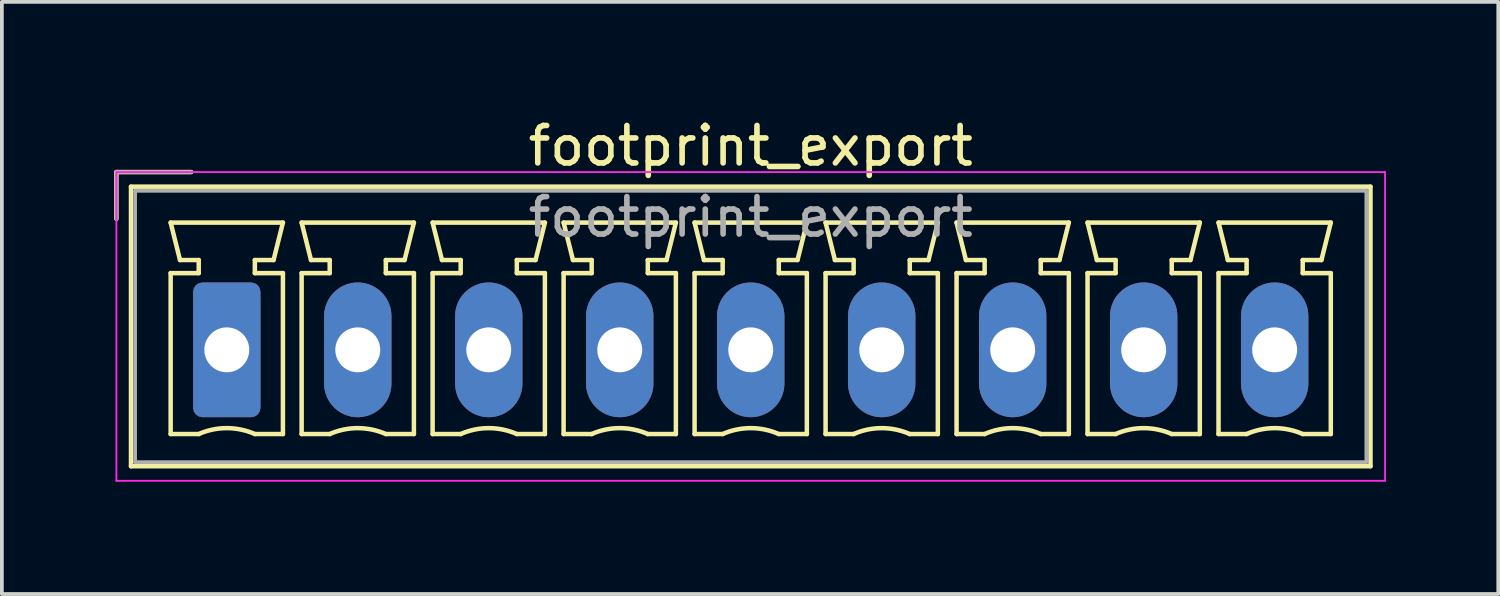
<source format=kicad_pcb>
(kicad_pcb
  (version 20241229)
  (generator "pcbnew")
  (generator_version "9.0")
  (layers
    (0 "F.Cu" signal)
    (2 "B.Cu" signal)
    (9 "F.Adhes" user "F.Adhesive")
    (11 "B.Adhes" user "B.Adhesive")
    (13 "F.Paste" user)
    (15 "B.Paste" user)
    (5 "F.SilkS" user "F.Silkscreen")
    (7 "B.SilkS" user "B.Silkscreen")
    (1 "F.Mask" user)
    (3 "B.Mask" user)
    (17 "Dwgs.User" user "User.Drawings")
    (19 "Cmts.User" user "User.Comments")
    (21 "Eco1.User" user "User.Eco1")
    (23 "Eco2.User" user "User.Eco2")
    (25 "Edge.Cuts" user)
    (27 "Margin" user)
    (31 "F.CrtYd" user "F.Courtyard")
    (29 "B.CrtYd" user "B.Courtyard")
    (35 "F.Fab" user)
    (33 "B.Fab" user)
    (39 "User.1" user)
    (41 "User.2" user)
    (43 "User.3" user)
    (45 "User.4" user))
  (footprint "footprint_export"
    (layer "F.Cu")
    (at 3.01 6.298)
    (property "Reference" "footprint_export" (at 14 -5.45 0) (layer "F.SilkS") (effects (font (size 1 1) (thickness 0.15))))
    (attr through_hole)
    (fp_line (start -2.95 -4.75) (end -0.95 -4.75) (stroke (width 0.12) (type solid)) (layer "F.SilkS"))
    (fp_line (start -2.95 -3.5) (end -2.95 -4.75) (stroke (width 0.12) (type solid)) (layer "F.SilkS"))
    (fp_line (start -2.56 -4.36) (end -2.56 3.11) (stroke (width 0.12) (type solid)) (layer "F.SilkS"))
    (fp_line (start -2.56 3.11) (end 30.56 3.11) (stroke (width 0.12) (type solid)) (layer "F.SilkS"))
    (fp_line (start -1.5 -3.4) (end 1.5 -3.4) (stroke (width 0.12) (type solid)) (layer "F.SilkS"))
    (fp_line (start -1.5 -2.05) (end -0.75 -2.05) (stroke (width 0.12) (type solid)) (layer "F.SilkS"))
    (fp_line (start -1.5 2.25) (end -1.5 -2.05) (stroke (width 0.12) (type solid)) (layer "F.SilkS"))
    (fp_line (start -1.25 -2.4) (end -1.5 -3.4) (stroke (width 0.12) (type solid)) (layer "F.SilkS"))
    (fp_line (start -0.75 -2.4) (end -1.25 -2.4) (stroke (width 0.12) (type solid)) (layer "F.SilkS"))
    (fp_line (start -0.75 -2.05) (end -0.75 -2.4) (stroke (width 0.12) (type solid)) (layer "F.SilkS"))
    (fp_line (start -0.75 2.25) (end -1.5 2.25) (stroke (width 0.12) (type solid)) (layer "F.SilkS"))
    (fp_line (start 0.75 -2.4) (end 0.75 -2.05) (stroke (width 0.12) (type solid)) (layer "F.SilkS"))
    (fp_line (start 0.75 -2.05) (end 1.5 -2.05) (stroke (width 0.12) (type solid)) (layer "F.SilkS"))
    (fp_line (start 1.25 -2.4) (end 0.75 -2.4) (stroke (width 0.12) (type solid)) (layer "F.SilkS"))
    (fp_line (start 1.5 -3.4) (end 1.25 -2.4) (stroke (width 0.12) (type solid)) (layer "F.SilkS"))
    (fp_line (start 1.5 -2.05) (end 1.5 2.25) (stroke (width 0.12) (type solid)) (layer "F.SilkS"))
    (fp_line (start 1.5 2.25) (end 0.75 2.25) (stroke (width 0.12) (type solid)) (layer "F.SilkS"))
    (fp_line (start 2 -3.4) (end 5 -3.4) (stroke (width 0.12) (type solid)) (layer "F.SilkS"))
    (fp_line (start 2 -2.05) (end 2.75 -2.05) (stroke (width 0.12) (type solid)) (layer "F.SilkS"))
    (fp_line (start 2 2.25) (end 2 -2.05) (stroke (width 0.12) (type solid)) (layer "F.SilkS"))
    (fp_line (start 2.25 -2.4) (end 2 -3.4) (stroke (width 0.12) (type solid)) (layer "F.SilkS"))
    (fp_line (start 2.75 -2.4) (end 2.25 -2.4) (stroke (width 0.12) (type solid)) (layer "F.SilkS"))
    (fp_line (start 2.75 -2.05) (end 2.75 -2.4) (stroke (width 0.12) (type solid)) (layer "F.SilkS"))
    (fp_line (start 2.75 2.25) (end 2 2.25) (stroke (width 0.12) (type solid)) (layer "F.SilkS"))
    (fp_line (start 4.25 -2.4) (end 4.25 -2.05) (stroke (width 0.12) (type solid)) (layer "F.SilkS"))
    (fp_line (start 4.25 -2.05) (end 5 -2.05) (stroke (width 0.12) (type solid)) (layer "F.SilkS"))
    (fp_line (start 4.75 -2.4) (end 4.25 -2.4) (stroke (width 0.12) (type solid)) (layer "F.SilkS"))
    (fp_line (start 5 -3.4) (end 4.75 -2.4) (stroke (width 0.12) (type solid)) (layer "F.SilkS"))
    (fp_line (start 5 -2.05) (end 5 2.25) (stroke (width 0.12) (type solid)) (layer "F.SilkS"))
    (fp_line (start 5 2.25) (end 4.25 2.25) (stroke (width 0.12) (type solid)) (layer "F.SilkS"))
    (fp_line (start 5.5 -3.4) (end 8.5 -3.4) (stroke (width 0.12) (type solid)) (layer "F.SilkS"))
    (fp_line (start 5.5 -2.05) (end 6.25 -2.05) (stroke (width 0.12) (type solid)) (layer "F.SilkS"))
    (fp_line (start 5.5 2.25) (end 5.5 -2.05) (stroke (width 0.12) (type solid)) (layer "F.SilkS"))
    (fp_line (start 5.75 -2.4) (end 5.5 -3.4) (stroke (width 0.12) (type solid)) (layer "F.SilkS"))
    (fp_line (start 6.25 -2.4) (end 5.75 -2.4) (stroke (width 0.12) (type solid)) (layer "F.SilkS"))
    (fp_line (start 6.25 -2.05) (end 6.25 -2.4) (stroke (width 0.12) (type solid)) (layer "F.SilkS"))
    (fp_line (start 6.25 2.25) (end 5.5 2.25) (stroke (width 0.12) (type solid)) (layer "F.SilkS"))
    (fp_line (start 7.75 -2.4) (end 7.75 -2.05) (stroke (width 0.12) (type solid)) (layer "F.SilkS"))
    (fp_line (start 7.75 -2.05) (end 8.5 -2.05) (stroke (width 0.12) (type solid)) (layer "F.SilkS"))
    (fp_line (start 8.25 -2.4) (end 7.75 -2.4) (stroke (width 0.12) (type solid)) (layer "F.SilkS"))
    (fp_line (start 8.5 -3.4) (end 8.25 -2.4) (stroke (width 0.12) (type solid)) (layer "F.SilkS"))
    (fp_line (start 8.5 -2.05) (end 8.5 2.25) (stroke (width 0.12) (type solid)) (layer "F.SilkS"))
    (fp_line (start 8.5 2.25) (end 7.75 2.25) (stroke (width 0.12) (type solid)) (layer "F.SilkS"))
    (fp_line (start 9 -3.4) (end 12 -3.4) (stroke (width 0.12) (type solid)) (layer "F.SilkS"))
    (fp_line (start 9 -2.05) (end 9.75 -2.05) (stroke (width 0.12) (type solid)) (layer "F.SilkS"))
    (fp_line (start 9 2.25) (end 9 -2.05) (stroke (width 0.12) (type solid)) (layer "F.SilkS"))
    (fp_line (start 9.25 -2.4) (end 9 -3.4) (stroke (width 0.12) (type solid)) (layer "F.SilkS"))
    (fp_line (start 9.75 -2.4) (end 9.25 -2.4) (stroke (width 0.12) (type solid)) (layer "F.SilkS"))
    (fp_line (start 9.75 -2.05) (end 9.75 -2.4) (stroke (width 0.12) (type solid)) (layer "F.SilkS"))
    (fp_line (start 9.75 2.25) (end 9 2.25) (stroke (width 0.12) (type solid)) (layer "F.SilkS"))
    (fp_line (start 11.25 -2.4) (end 11.25 -2.05) (stroke (width 0.12) (type solid)) (layer "F.SilkS"))
    (fp_line (start 11.25 -2.05) (end 12 -2.05) (stroke (width 0.12) (type solid)) (layer "F.SilkS"))
    (fp_line (start 11.75 -2.4) (end 11.25 -2.4) (stroke (width 0.12) (type solid)) (layer "F.SilkS"))
    (fp_line (start 12 -3.4) (end 11.75 -2.4) (stroke (width 0.12) (type solid)) (layer "F.SilkS"))
    (fp_line (start 12 -2.05) (end 12 2.25) (stroke (width 0.12) (type solid)) (layer "F.SilkS"))
    (fp_line (start 12 2.25) (end 11.25 2.25) (stroke (width 0.12) (type solid)) (layer "F.SilkS"))
    (fp_line (start 12.5 -3.4) (end 15.5 -3.4) (stroke (width 0.12) (type solid)) (layer "F.SilkS"))
    (fp_line (start 12.5 -2.05) (end 13.25 -2.05) (stroke (width 0.12) (type solid)) (layer "F.SilkS"))
    (fp_line (start 12.5 2.25) (end 12.5 -2.05) (stroke (width 0.12) (type solid)) (layer "F.SilkS"))
    (fp_line (start 12.75 -2.4) (end 12.5 -3.4) (stroke (width 0.12) (type solid)) (layer "F.SilkS"))
    (fp_line (start 13.25 -2.4) (end 12.75 -2.4) (stroke (width 0.12) (type solid)) (layer "F.SilkS"))
    (fp_line (start 13.25 -2.05) (end 13.25 -2.4) (stroke (width 0.12) (type solid)) (layer "F.SilkS"))
    (fp_line (start 13.25 2.25) (end 12.5 2.25) (stroke (width 0.12) (type solid)) (layer "F.SilkS"))
    (fp_line (start 14.75 -2.4) (end 14.75 -2.05) (stroke (width 0.12) (type solid)) (layer "F.SilkS"))
    (fp_line (start 14.75 -2.05) (end 15.5 -2.05) (stroke (width 0.12) (type solid)) (layer "F.SilkS"))
    (fp_line (start 15.25 -2.4) (end 14.75 -2.4) (stroke (width 0.12) (type solid)) (layer "F.SilkS"))
    (fp_line (start 15.5 -3.4) (end 15.25 -2.4) (stroke (width 0.12) (type solid)) (layer "F.SilkS"))
    (fp_line (start 15.5 -2.05) (end 15.5 2.25) (stroke (width 0.12) (type solid)) (layer "F.SilkS"))
    (fp_line (start 15.5 2.25) (end 14.75 2.25) (stroke (width 0.12) (type solid)) (layer "F.SilkS"))
    (fp_line (start 16 -3.4) (end 19 -3.4) (stroke (width 0.12) (type solid)) (layer "F.SilkS"))
    (fp_line (start 16 -2.05) (end 16.75 -2.05) (stroke (width 0.12) (type solid)) (layer "F.SilkS"))
    (fp_line (start 16 2.25) (end 16 -2.05) (stroke (width 0.12) (type solid)) (layer "F.SilkS"))
    (fp_line (start 16.25 -2.4) (end 16 -3.4) (stroke (width 0.12) (type solid)) (layer "F.SilkS"))
    (fp_line (start 16.75 -2.4) (end 16.25 -2.4) (stroke (width 0.12) (type solid)) (layer "F.SilkS"))
    (fp_line (start 16.75 -2.05) (end 16.75 -2.4) (stroke (width 0.12) (type solid)) (layer "F.SilkS"))
    (fp_line (start 16.75 2.25) (end 16 2.25) (stroke (width 0.12) (type solid)) (layer "F.SilkS"))
    (fp_line (start 18.25 -2.4) (end 18.25 -2.05) (stroke (width 0.12) (type solid)) (layer "F.SilkS"))
    (fp_line (start 18.25 -2.05) (end 19 -2.05) (stroke (width 0.12) (type solid)) (layer "F.SilkS"))
    (fp_line (start 18.75 -2.4) (end 18.25 -2.4) (stroke (width 0.12) (type solid)) (layer "F.SilkS"))
    (fp_line (start 19 -3.4) (end 18.75 -2.4) (stroke (width 0.12) (type solid)) (layer "F.SilkS"))
    (fp_line (start 19 -2.05) (end 19 2.25) (stroke (width 0.12) (type solid)) (layer "F.SilkS"))
    (fp_line (start 19 2.25) (end 18.25 2.25) (stroke (width 0.12) (type solid)) (layer "F.SilkS"))
    (fp_line (start 19.5 -3.4) (end 22.5 -3.4) (stroke (width 0.12) (type solid)) (layer "F.SilkS"))
    (fp_line (start 19.5 -2.05) (end 20.25 -2.05) (stroke (width 0.12) (type solid)) (layer "F.SilkS"))
    (fp_line (start 19.5 2.25) (end 19.5 -2.05) (stroke (width 0.12) (type solid)) (layer "F.SilkS"))
    (fp_line (start 19.75 -2.4) (end 19.5 -3.4) (stroke (width 0.12) (type solid)) (layer "F.SilkS"))
    (fp_line (start 20.25 -2.4) (end 19.75 -2.4) (stroke (width 0.12) (type solid)) (layer "F.SilkS"))
    (fp_line (start 20.25 -2.05) (end 20.25 -2.4) (stroke (width 0.12) (type solid)) (layer "F.SilkS"))
    (fp_line (start 20.25 2.25) (end 19.5 2.25) (stroke (width 0.12) (type solid)) (layer "F.SilkS"))
    (fp_line (start 21.75 -2.4) (end 21.75 -2.05) (stroke (width 0.12) (type solid)) (layer "F.SilkS"))
    (fp_line (start 21.75 -2.05) (end 22.5 -2.05) (stroke (width 0.12) (type solid)) (layer "F.SilkS"))
    (fp_line (start 22.25 -2.4) (end 21.75 -2.4) (stroke (width 0.12) (type solid)) (layer "F.SilkS"))
    (fp_line (start 22.5 -3.4) (end 22.25 -2.4) (stroke (width 0.12) (type solid)) (layer "F.SilkS"))
    (fp_line (start 22.5 -2.05) (end 22.5 2.25) (stroke (width 0.12) (type solid)) (layer "F.SilkS"))
    (fp_line (start 22.5 2.25) (end 21.75 2.25) (stroke (width 0.12) (type solid)) (layer "F.SilkS"))
    (fp_line (start 23 -3.4) (end 26 -3.4) (stroke (width 0.12) (type solid)) (layer "F.SilkS"))
    (fp_line (start 23 -2.05) (end 23.75 -2.05) (stroke (width 0.12) (type solid)) (layer "F.SilkS"))
    (fp_line (start 23 2.25) (end 23 -2.05) (stroke (width 0.12) (type solid)) (layer "F.SilkS"))
    (fp_line (start 23.25 -2.4) (end 23 -3.4) (stroke (width 0.12) (type solid)) (layer "F.SilkS"))
    (fp_line (start 23.75 -2.4) (end 23.25 -2.4) (stroke (width 0.12) (type solid)) (layer "F.SilkS"))
    (fp_line (start 23.75 -2.05) (end 23.75 -2.4) (stroke (width 0.12) (type solid)) (layer "F.SilkS"))
    (fp_line (start 23.75 2.25) (end 23 2.25) (stroke (width 0.12) (type solid)) (layer "F.SilkS"))
    (fp_line (start 25.25 -2.4) (end 25.25 -2.05) (stroke (width 0.12) (type solid)) (layer "F.SilkS"))
    (fp_line (start 25.25 -2.05) (end 26 -2.05) (stroke (width 0.12) (type solid)) (layer "F.SilkS"))
    (fp_line (start 25.75 -2.4) (end 25.25 -2.4) (stroke (width 0.12) (type solid)) (layer "F.SilkS"))
    (fp_line (start 26 -3.4) (end 25.75 -2.4) (stroke (width 0.12) (type solid)) (layer "F.SilkS"))
    (fp_line (start 26 -2.05) (end 26 2.25) (stroke (width 0.12) (type solid)) (layer "F.SilkS"))
    (fp_line (start 26 2.25) (end 25.25 2.25) (stroke (width 0.12) (type solid)) (layer "F.SilkS"))
    (fp_line (start 26.5 -3.4) (end 29.5 -3.4) (stroke (width 0.12) (type solid)) (layer "F.SilkS"))
    (fp_line (start 26.5 -2.05) (end 27.25 -2.05) (stroke (width 0.12) (type solid)) (layer "F.SilkS"))
    (fp_line (start 26.5 2.25) (end 26.5 -2.05) (stroke (width 0.12) (type solid)) (layer "F.SilkS"))
    (fp_line (start 26.75 -2.4) (end 26.5 -3.4) (stroke (width 0.12) (type solid)) (layer "F.SilkS"))
    (fp_line (start 27.25 -2.4) (end 26.75 -2.4) (stroke (width 0.12) (type solid)) (layer "F.SilkS"))
    (fp_line (start 27.25 -2.05) (end 27.25 -2.4) (stroke (width 0.12) (type solid)) (layer "F.SilkS"))
    (fp_line (start 27.25 2.25) (end 26.5 2.25) (stroke (width 0.12) (type solid)) (layer "F.SilkS"))
    (fp_line (start 28.75 -2.4) (end 28.75 -2.05) (stroke (width 0.12) (type solid)) (layer "F.SilkS"))
    (fp_line (start 28.75 -2.05) (end 29.5 -2.05) (stroke (width 0.12) (type solid)) (layer "F.SilkS"))
    (fp_line (start 29.25 -2.4) (end 28.75 -2.4) (stroke (width 0.12) (type solid)) (layer "F.SilkS"))
    (fp_line (start 29.5 -3.4) (end 29.25 -2.4) (stroke (width 0.12) (type solid)) (layer "F.SilkS"))
    (fp_line (start 29.5 -2.05) (end 29.5 2.25) (stroke (width 0.12) (type solid)) (layer "F.SilkS"))
    (fp_line (start 29.5 2.25) (end 28.75 2.25) (stroke (width 0.12) (type solid)) (layer "F.SilkS"))
    (fp_line (start 30.56 -4.36) (end -2.56 -4.36) (stroke (width 0.12) (type solid)) (layer "F.SilkS"))
    (fp_line (start 30.56 3.11) (end 30.56 -4.36) (stroke (width 0.12) (type solid)) (layer "F.SilkS"))
    (fp_arc (start -0.75 2.25) (mid -0.000193 2.09191) (end 0.749647 2.249844) (stroke (width 0.12) (type solid)) (layer "F.SilkS"))
    (fp_arc (start 2.75 2.25) (mid 3.499807 2.09191) (end 4.249647 2.249844) (stroke (width 0.12) (type solid)) (layer "F.SilkS"))
    (fp_arc (start 6.25 2.25) (mid 6.999807 2.09191) (end 7.749647 2.249844) (stroke (width 0.12) (type solid)) (layer "F.SilkS"))
    (fp_arc (start 9.75 2.25) (mid 10.499807 2.09191) (end 11.249647 2.249844) (stroke (width 0.12) (type solid)) (layer "F.SilkS"))
    (fp_arc (start 13.25 2.25) (mid 13.999807 2.09191) (end 14.749647 2.249844) (stroke (width 0.12) (type solid)) (layer "F.SilkS"))
    (fp_arc (start 16.75 2.25) (mid 17.499807 2.09191) (end 18.249647 2.249844) (stroke (width 0.12) (type solid)) (layer "F.SilkS"))
    (fp_arc (start 20.25 2.25) (mid 20.999807 2.09191) (end 21.749647 2.249844) (stroke (width 0.12) (type solid)) (layer "F.SilkS"))
    (fp_arc (start 23.75 2.25) (mid 24.499807 2.09191) (end 25.249647 2.249844) (stroke (width 0.12) (type solid)) (layer "F.SilkS"))
    (fp_arc (start 27.25 2.25) (mid 27.999807 2.09191) (end 28.749647 2.249844) (stroke (width 0.12) (type solid)) (layer "F.SilkS"))
    (fp_line (start -2.95 -4.75) (end -2.95 3.5) (stroke (width 0.05) (type solid)) (layer "F.CrtYd"))
    (fp_line (start -2.95 3.5) (end 30.95 3.5) (stroke (width 0.05) (type solid)) (layer "F.CrtYd"))
    (fp_line (start 30.95 -4.75) (end -2.95 -4.75) (stroke (width 0.05) (type solid)) (layer "F.CrtYd"))
    (fp_line (start 30.95 3.5) (end 30.95 -4.75) (stroke (width 0.05) (type solid)) (layer "F.CrtYd"))
    (fp_line (start -2.95 -4.75) (end -0.95 -4.75) (stroke (width 0.1) (type solid)) (layer "F.Fab"))
    (fp_line (start -2.95 -3.5) (end -2.95 -4.75) (stroke (width 0.1) (type solid)) (layer "F.Fab"))
    (fp_line (start -2.45 -4.25) (end -2.45 3) (stroke (width 0.1) (type solid)) (layer "F.Fab"))
    (fp_line (start -2.45 3) (end 30.45 3) (stroke (width 0.1) (type solid)) (layer "F.Fab"))
    (fp_line (start 30.45 -4.25) (end -2.45 -4.25) (stroke (width 0.1) (type solid)) (layer "F.Fab"))
    (fp_line (start 30.45 3) (end 30.45 -4.25) (stroke (width 0.1) (type solid)) (layer "F.Fab"))
    (fp_text user "${REFERENCE}" (at 14 -3.55 0) (layer "F.Fab") (effects (font (size 1 1) (thickness 0.15))))
    (pad "1" thru_hole roundrect (at 0 0) (size 1.8 3.6) (drill 1.2) (layers "*.Cu" "*.Mask") (roundrect_rratio 0.139))
    (pad "2" thru_hole oval (at 3.5 0) (size 1.8 3.6) (drill 1.2) (layers "*.Cu" "*.Mask"))
    (pad "3" thru_hole oval (at 7 0) (size 1.8 3.6) (drill 1.2) (layers "*.Cu" "*.Mask"))
    (pad "4" thru_hole oval (at 10.5 0) (size 1.8 3.6) (drill 1.2) (layers "*.Cu" "*.Mask"))
    (pad "5" thru_hole oval (at 14 0) (size 1.8 3.6) (drill 1.2) (layers "*.Cu" "*.Mask"))
    (pad "6" thru_hole oval (at 17.5 0) (size 1.8 3.6) (drill 1.2) (layers "*.Cu" "*.Mask"))
    (pad "7" thru_hole oval (at 21 0) (size 1.8 3.6) (drill 1.2) (layers "*.Cu" "*.Mask"))
    (pad "8" thru_hole oval (at 24.5 0) (size 1.8 3.6) (drill 1.2) (layers "*.Cu" "*.Mask"))
    (pad "9" thru_hole oval (at 28 0) (size 1.8 3.6) (drill 1.2) (layers "*.Cu" "*.Mask")))
  (gr_rect
    (start -3 -3)
    (end 36.985 12.823)
    (stroke (width 0.1) (type default))
    (fill no)
    (layer "Edge.Cuts")))
</source>
